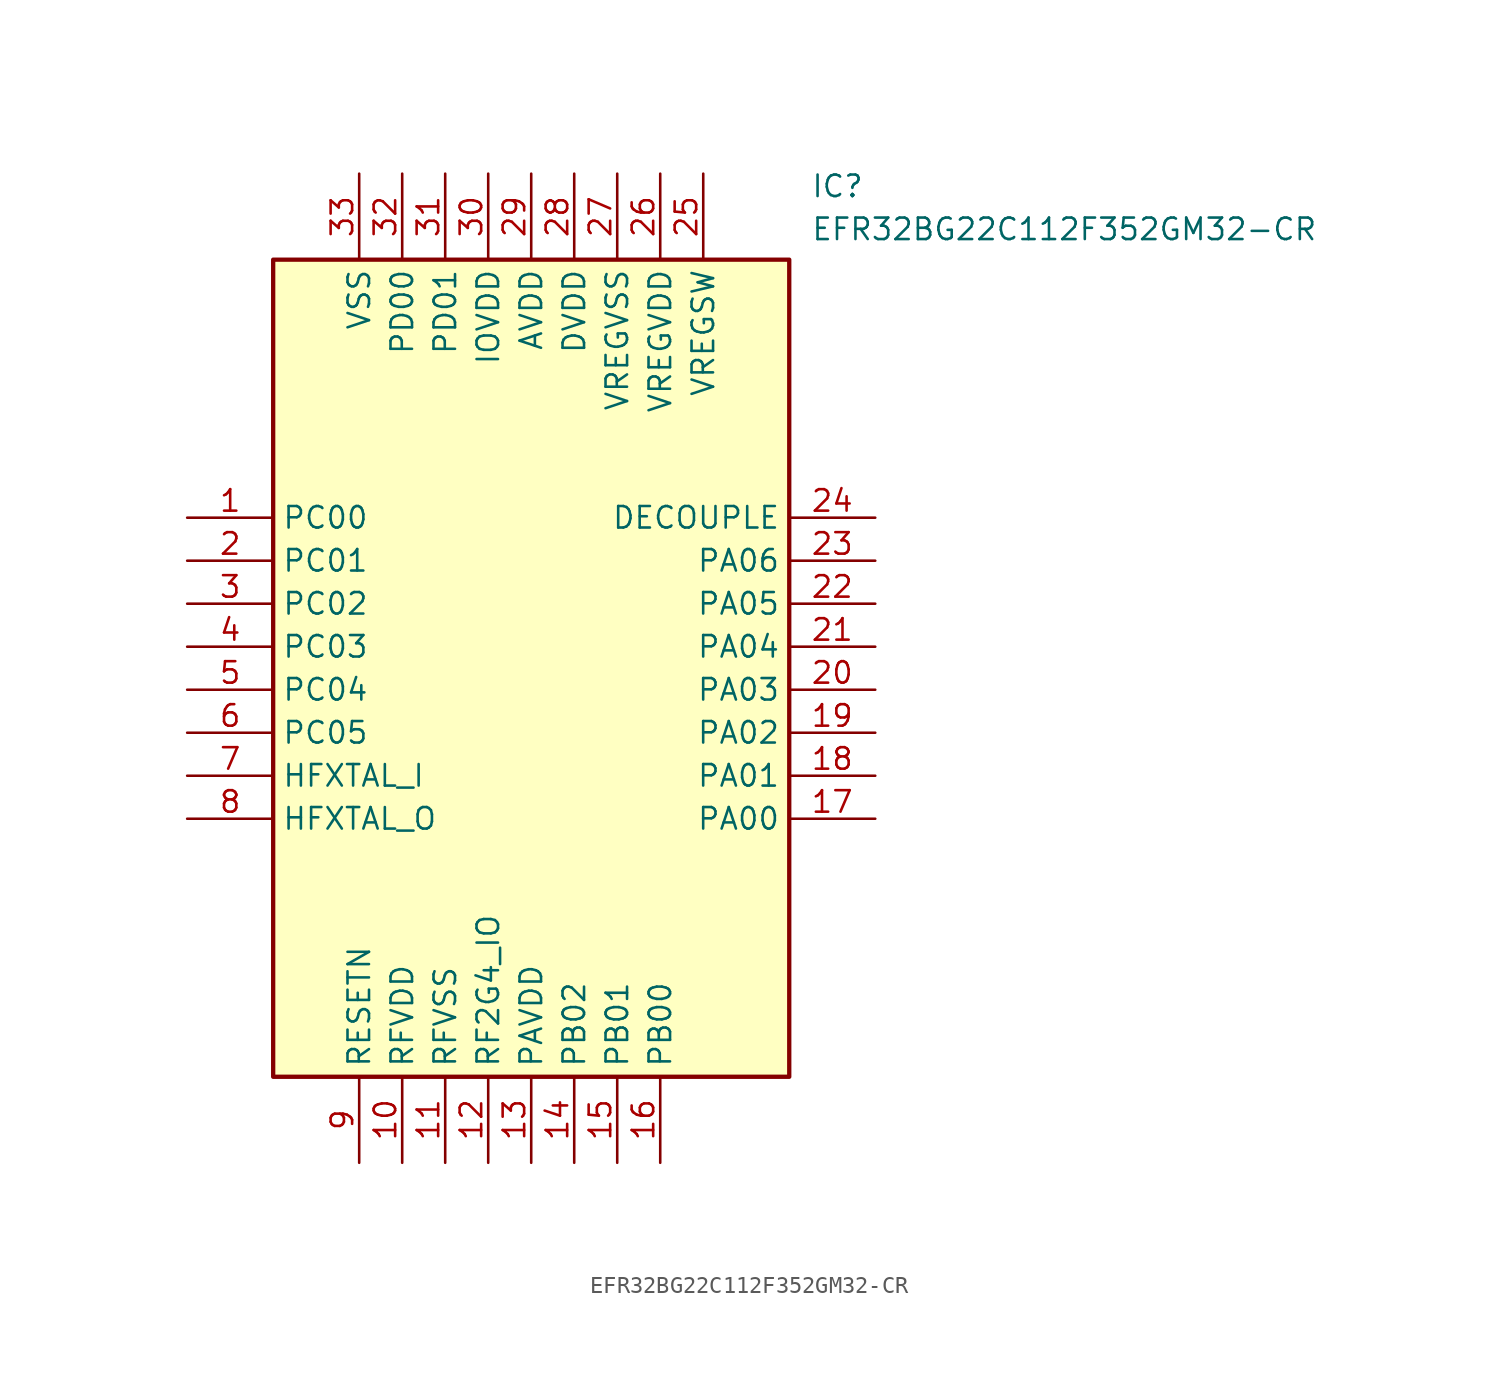
<source format=kicad_sym>
(kicad_symbol_lib
  (version 20220914)
  (generator kicad_symbol_editor)
  (symbol "EFR32BG22C112F352GM32-CR"
    (property "Reference" "IC"
      (at 36.83 20.32 0)
      (effects (font (size 1.27 1.27)) (justify left top)))
    (property "Value" "EFR32BG22C112F352GM32-CR"
      (at 36.83 17.78 0)
      (effects (font (size 1.27 1.27)) (justify left top)))
    (symbol "EFR32BG22C112F352GM32-CR_1_1"
      (rectangle (start 5.08 15.24) (end 35.56 -33.02) (stroke (width 0.254) (type default)) (fill (type background)))
      (pin passive line (at 0 0 0) (length 5.08) (name "PC00" (effects (font (size 1.27 1.27)))) (number "1" (effects (font (size 1.27 1.27)))))
      (pin passive line (at 12.7 -38.1 90) (length 5.08) (name "RFVDD" (effects (font (size 1.27 1.27)))) (number "10" (effects (font (size 1.27 1.27)))))
      (pin passive line (at 15.24 -38.1 90) (length 5.08) (name "RFVSS" (effects (font (size 1.27 1.27)))) (number "11" (effects (font (size 1.27 1.27)))))
      (pin passive line (at 17.78 -38.1 90) (length 5.08) (name "RF2G4_IO" (effects (font (size 1.27 1.27)))) (number "12" (effects (font (size 1.27 1.27)))))
      (pin passive line (at 20.32 -38.1 90) (length 5.08) (name "PAVDD" (effects (font (size 1.27 1.27)))) (number "13" (effects (font (size 1.27 1.27)))))
      (pin passive line (at 22.86 -38.1 90) (length 5.08) (name "PB02" (effects (font (size 1.27 1.27)))) (number "14" (effects (font (size 1.27 1.27)))))
      (pin passive line (at 25.4 -38.1 90) (length 5.08) (name "PB01" (effects (font (size 1.27 1.27)))) (number "15" (effects (font (size 1.27 1.27)))))
      (pin passive line (at 27.94 -38.1 90) (length 5.08) (name "PB00" (effects (font (size 1.27 1.27)))) (number "16" (effects (font (size 1.27 1.27)))))
      (pin passive line (at 40.64 -17.78 180) (length 5.08) (name "PA00" (effects (font (size 1.27 1.27)))) (number "17" (effects (font (size 1.27 1.27)))))
      (pin passive line (at 40.64 -15.24 180) (length 5.08) (name "PA01" (effects (font (size 1.27 1.27)))) (number "18" (effects (font (size 1.27 1.27)))))
      (pin passive line (at 40.64 -12.7 180) (length 5.08) (name "PA02" (effects (font (size 1.27 1.27)))) (number "19" (effects (font (size 1.27 1.27)))))
      (pin passive line (at 0 -2.54 0) (length 5.08) (name "PC01" (effects (font (size 1.27 1.27)))) (number "2" (effects (font (size 1.27 1.27)))))
      (pin passive line (at 40.64 -10.16 180) (length 5.08) (name "PA03" (effects (font (size 1.27 1.27)))) (number "20" (effects (font (size 1.27 1.27)))))
      (pin passive line (at 40.64 -7.62 180) (length 5.08) (name "PA04" (effects (font (size 1.27 1.27)))) (number "21" (effects (font (size 1.27 1.27)))))
      (pin passive line (at 40.64 -5.08 180) (length 5.08) (name "PA05" (effects (font (size 1.27 1.27)))) (number "22" (effects (font (size 1.27 1.27)))))
      (pin passive line (at 40.64 -2.54 180) (length 5.08) (name "PA06" (effects (font (size 1.27 1.27)))) (number "23" (effects (font (size 1.27 1.27)))))
      (pin passive line (at 40.64 0 180) (length 5.08) (name "DECOUPLE" (effects (font (size 1.27 1.27)))) (number "24" (effects (font (size 1.27 1.27)))))
      (pin passive line (at 30.48 20.32 270) (length 5.08) (name "VREGSW" (effects (font (size 1.27 1.27)))) (number "25" (effects (font (size 1.27 1.27)))))
      (pin passive line (at 27.94 20.32 270) (length 5.08) (name "VREGVDD" (effects (font (size 1.27 1.27)))) (number "26" (effects (font (size 1.27 1.27)))))
      (pin passive line (at 25.4 20.32 270) (length 5.08) (name "VREGVSS" (effects (font (size 1.27 1.27)))) (number "27" (effects (font (size 1.27 1.27)))))
      (pin passive line (at 22.86 20.32 270) (length 5.08) (name "DVDD" (effects (font (size 1.27 1.27)))) (number "28" (effects (font (size 1.27 1.27)))))
      (pin passive line (at 20.32 20.32 270) (length 5.08) (name "AVDD" (effects (font (size 1.27 1.27)))) (number "29" (effects (font (size 1.27 1.27)))))
      (pin passive line (at 0 -5.08 0) (length 5.08) (name "PC02" (effects (font (size 1.27 1.27)))) (number "3" (effects (font (size 1.27 1.27)))))
      (pin passive line (at 17.78 20.32 270) (length 5.08) (name "IOVDD" (effects (font (size 1.27 1.27)))) (number "30" (effects (font (size 1.27 1.27)))))
      (pin passive line (at 15.24 20.32 270) (length 5.08) (name "PD01" (effects (font (size 1.27 1.27)))) (number "31" (effects (font (size 1.27 1.27)))))
      (pin passive line (at 12.7 20.32 270) (length 5.08) (name "PD00" (effects (font (size 1.27 1.27)))) (number "32" (effects (font (size 1.27 1.27)))))
      (pin passive line (at 10.16 20.32 270) (length 5.08) (name "VSS" (effects (font (size 1.27 1.27)))) (number "33" (effects (font (size 1.27 1.27)))))
      (pin passive line (at 0 -7.62 0) (length 5.08) (name "PC03" (effects (font (size 1.27 1.27)))) (number "4" (effects (font (size 1.27 1.27)))))
      (pin passive line (at 0 -10.16 0) (length 5.08) (name "PC04" (effects (font (size 1.27 1.27)))) (number "5" (effects (font (size 1.27 1.27)))))
      (pin passive line (at 0 -12.7 0) (length 5.08) (name "PC05" (effects (font (size 1.27 1.27)))) (number "6" (effects (font (size 1.27 1.27)))))
      (pin passive line (at 0 -15.24 0) (length 5.08) (name "HFXTAL_I" (effects (font (size 1.27 1.27)))) (number "7" (effects (font (size 1.27 1.27)))))
      (pin passive line (at 0 -17.78 0) (length 5.08) (name "HFXTAL_O" (effects (font (size 1.27 1.27)))) (number "8" (effects (font (size 1.27 1.27)))))
      (pin passive line (at 10.16 -38.1 90) (length 5.08) (name "RESETN" (effects (font (size 1.27 1.27)))) (number "9" (effects (font (size 1.27 1.27))))))))
</source>
